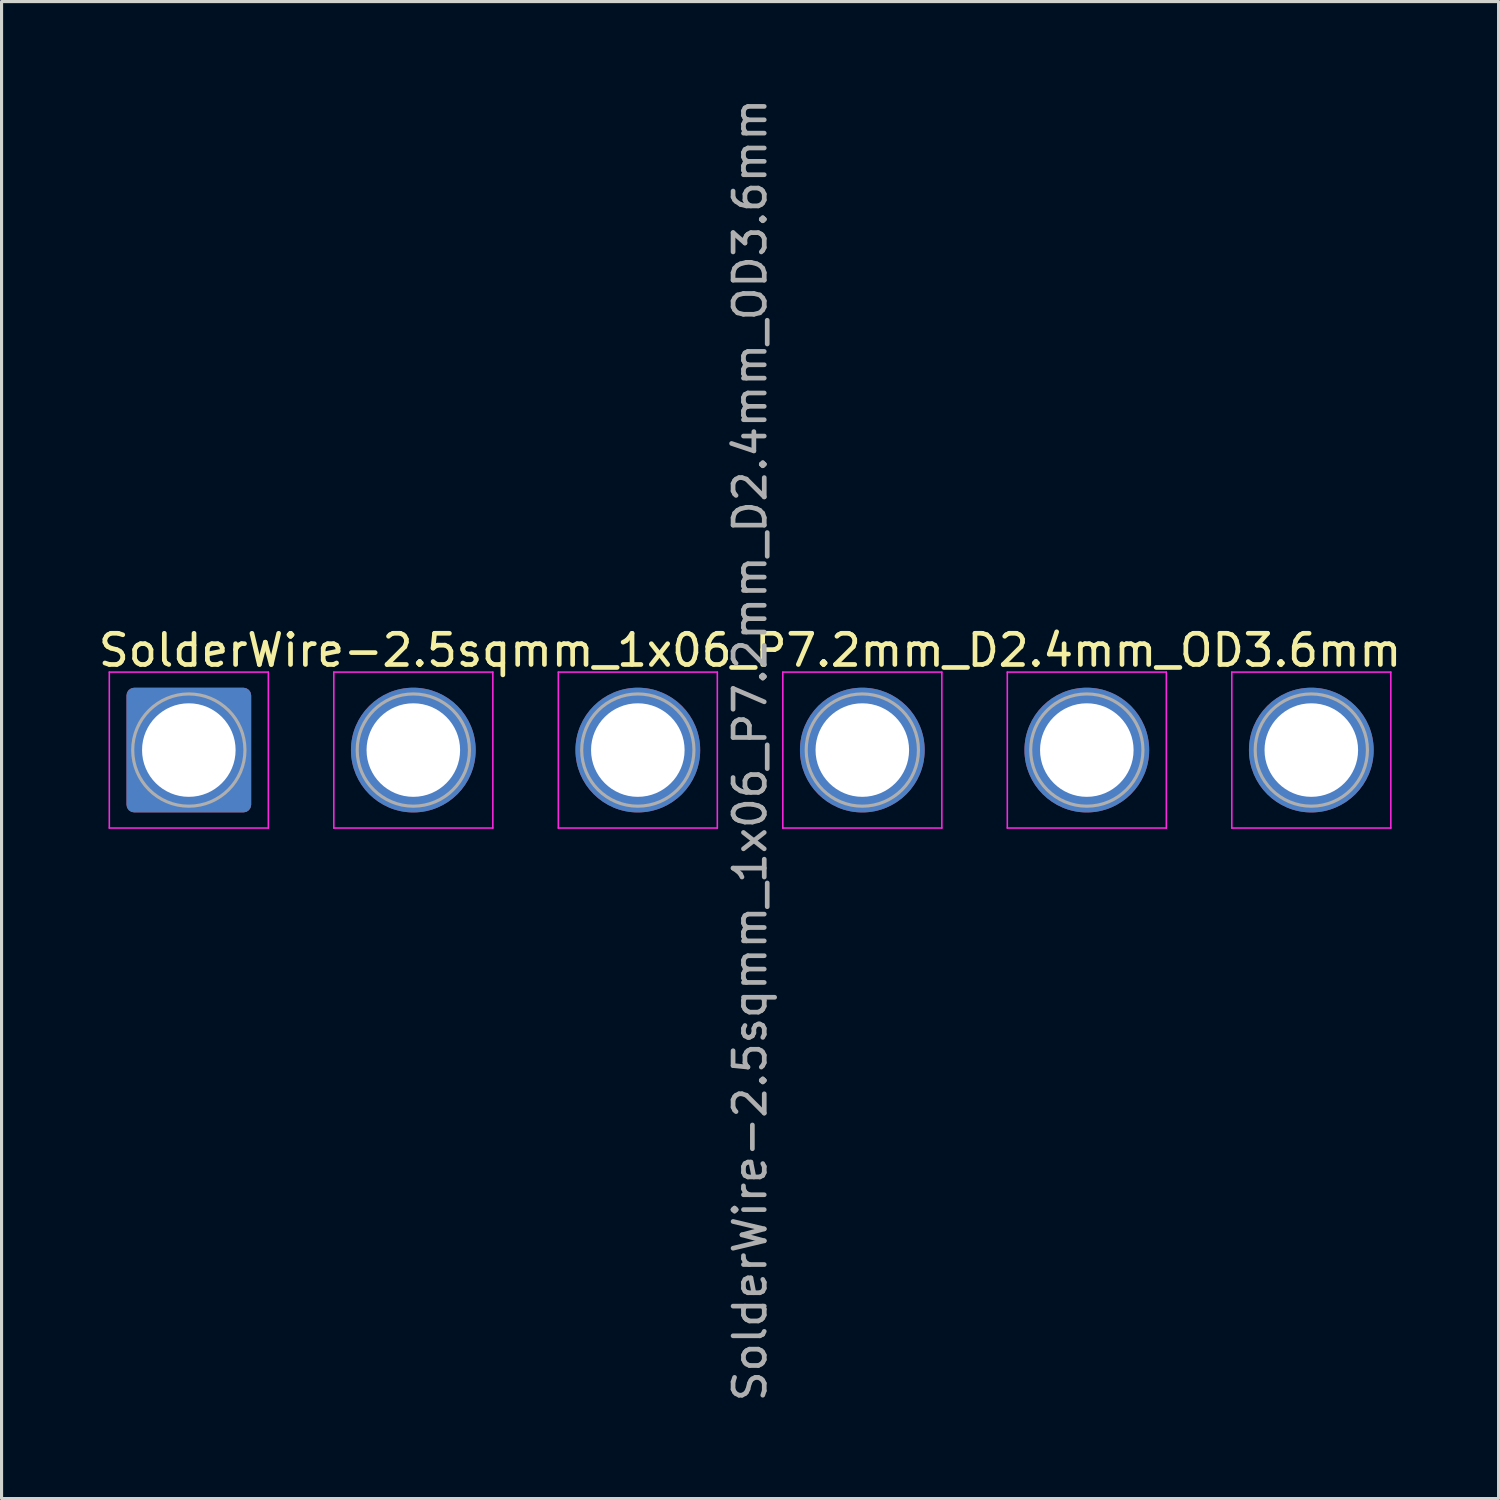
<source format=kicad_pcb>
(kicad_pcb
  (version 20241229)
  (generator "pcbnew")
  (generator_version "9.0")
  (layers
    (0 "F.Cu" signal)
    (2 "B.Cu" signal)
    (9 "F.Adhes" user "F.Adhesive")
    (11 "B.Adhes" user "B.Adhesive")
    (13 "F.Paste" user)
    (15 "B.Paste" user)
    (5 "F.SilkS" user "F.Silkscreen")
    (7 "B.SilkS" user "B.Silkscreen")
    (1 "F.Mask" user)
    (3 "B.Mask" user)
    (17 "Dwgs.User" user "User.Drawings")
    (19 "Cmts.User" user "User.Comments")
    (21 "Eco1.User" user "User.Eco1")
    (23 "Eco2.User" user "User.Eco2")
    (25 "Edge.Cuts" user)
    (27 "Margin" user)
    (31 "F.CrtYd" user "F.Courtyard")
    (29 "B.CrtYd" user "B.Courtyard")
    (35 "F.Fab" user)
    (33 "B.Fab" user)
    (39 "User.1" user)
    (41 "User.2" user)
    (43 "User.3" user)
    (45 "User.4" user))
  (footprint "SolderWire-2.5sqmm_1x06_P7.2mm_D2.4mm_OD3.6mm"
    (layer "F.Cu")
    (at 3.006 21.006)
    (property "Reference" "SolderWire-2.5sqmm_1x06_P7.2mm_D2.4mm_OD3.6mm" (at 18 -3.2 0) (layer "F.SilkS") (effects (font (size 1 1) (thickness 0.15))))
    (attr exclude_from_pos_files exclude_from_bom)
    (fp_line (start -2.55 -2.5) (end -2.55 2.5) (stroke (width 0.05) (type solid)) (layer "F.CrtYd"))
    (fp_line (start -2.55 2.5) (end 2.55 2.5) (stroke (width 0.05) (type solid)) (layer "F.CrtYd"))
    (fp_line (start 2.55 -2.5) (end -2.55 -2.5) (stroke (width 0.05) (type solid)) (layer "F.CrtYd"))
    (fp_line (start 2.55 2.5) (end 2.55 -2.5) (stroke (width 0.05) (type solid)) (layer "F.CrtYd"))
    (fp_line (start 4.65 -2.5) (end 4.65 2.5) (stroke (width 0.05) (type solid)) (layer "F.CrtYd"))
    (fp_line (start 4.65 2.5) (end 9.75 2.5) (stroke (width 0.05) (type solid)) (layer "F.CrtYd"))
    (fp_line (start 9.75 -2.5) (end 4.65 -2.5) (stroke (width 0.05) (type solid)) (layer "F.CrtYd"))
    (fp_line (start 9.75 2.5) (end 9.75 -2.5) (stroke (width 0.05) (type solid)) (layer "F.CrtYd"))
    (fp_line (start 11.85 -2.5) (end 11.85 2.5) (stroke (width 0.05) (type solid)) (layer "F.CrtYd"))
    (fp_line (start 11.85 2.5) (end 16.95 2.5) (stroke (width 0.05) (type solid)) (layer "F.CrtYd"))
    (fp_line (start 16.95 -2.5) (end 11.85 -2.5) (stroke (width 0.05) (type solid)) (layer "F.CrtYd"))
    (fp_line (start 16.95 2.5) (end 16.95 -2.5) (stroke (width 0.05) (type solid)) (layer "F.CrtYd"))
    (fp_line (start 19.05 -2.5) (end 19.05 2.5) (stroke (width 0.05) (type solid)) (layer "F.CrtYd"))
    (fp_line (start 19.05 2.5) (end 24.15 2.5) (stroke (width 0.05) (type solid)) (layer "F.CrtYd"))
    (fp_line (start 24.15 -2.5) (end 19.05 -2.5) (stroke (width 0.05) (type solid)) (layer "F.CrtYd"))
    (fp_line (start 24.15 2.5) (end 24.15 -2.5) (stroke (width 0.05) (type solid)) (layer "F.CrtYd"))
    (fp_line (start 26.25 -2.5) (end 26.25 2.5) (stroke (width 0.05) (type solid)) (layer "F.CrtYd"))
    (fp_line (start 26.25 2.5) (end 31.35 2.5) (stroke (width 0.05) (type solid)) (layer "F.CrtYd"))
    (fp_line (start 31.35 -2.5) (end 26.25 -2.5) (stroke (width 0.05) (type solid)) (layer "F.CrtYd"))
    (fp_line (start 31.35 2.5) (end 31.35 -2.5) (stroke (width 0.05) (type solid)) (layer "F.CrtYd"))
    (fp_line (start 33.45 -2.5) (end 33.45 2.5) (stroke (width 0.05) (type solid)) (layer "F.CrtYd"))
    (fp_line (start 33.45 2.5) (end 38.55 2.5) (stroke (width 0.05) (type solid)) (layer "F.CrtYd"))
    (fp_line (start 38.55 -2.5) (end 33.45 -2.5) (stroke (width 0.05) (type solid)) (layer "F.CrtYd"))
    (fp_line (start 38.55 2.5) (end 38.55 -2.5) (stroke (width 0.05) (type solid)) (layer "F.CrtYd"))
    (fp_circle (center 0 0) (end 1.8 0) (stroke (width 0.1) (type solid)) (fill no) (layer "F.Fab"))
    (fp_circle (center 7.2 0) (end 9 0) (stroke (width 0.1) (type solid)) (fill no) (layer "F.Fab"))
    (fp_circle (center 14.4 0) (end 16.2 0) (stroke (width 0.1) (type solid)) (fill no) (layer "F.Fab"))
    (fp_circle (center 21.6 0) (end 23.4 0) (stroke (width 0.1) (type solid)) (fill no) (layer "F.Fab"))
    (fp_circle (center 28.8 0) (end 30.6 0) (stroke (width 0.1) (type solid)) (fill no) (layer "F.Fab"))
    (fp_circle (center 36 0) (end 37.8 0) (stroke (width 0.1) (type solid)) (fill no) (layer "F.Fab"))
    (fp_text user "${REFERENCE}" (at 18 0 90) (layer "F.Fab") (effects (font (size 1 1) (thickness 0.15))))
    (pad "1" thru_hole roundrect (at 0 0) (size 4 4) (drill 3) (layers "*.Cu" "*.Mask") (roundrect_rratio 0.062))
    (pad "2" thru_hole circle (at 7.2 0) (size 4 4) (drill 3) (layers "*.Cu" "*.Mask"))
    (pad "3" thru_hole circle (at 14.4 0) (size 4 4) (drill 3) (layers "*.Cu" "*.Mask"))
    (pad "4" thru_hole circle (at 21.6 0) (size 4 4) (drill 3) (layers "*.Cu" "*.Mask"))
    (pad "5" thru_hole circle (at 28.8 0) (size 4 4) (drill 3) (layers "*.Cu" "*.Mask"))
    (pad "6" thru_hole circle (at 36 0) (size 4 4) (drill 3) (layers "*.Cu" "*.Mask")))
  (gr_rect
    (start -3 -3)
    (end 45.012 45.012)
    (stroke (width 0.1) (type default))
    (fill no)
    (layer "Edge.Cuts")))
</source>
